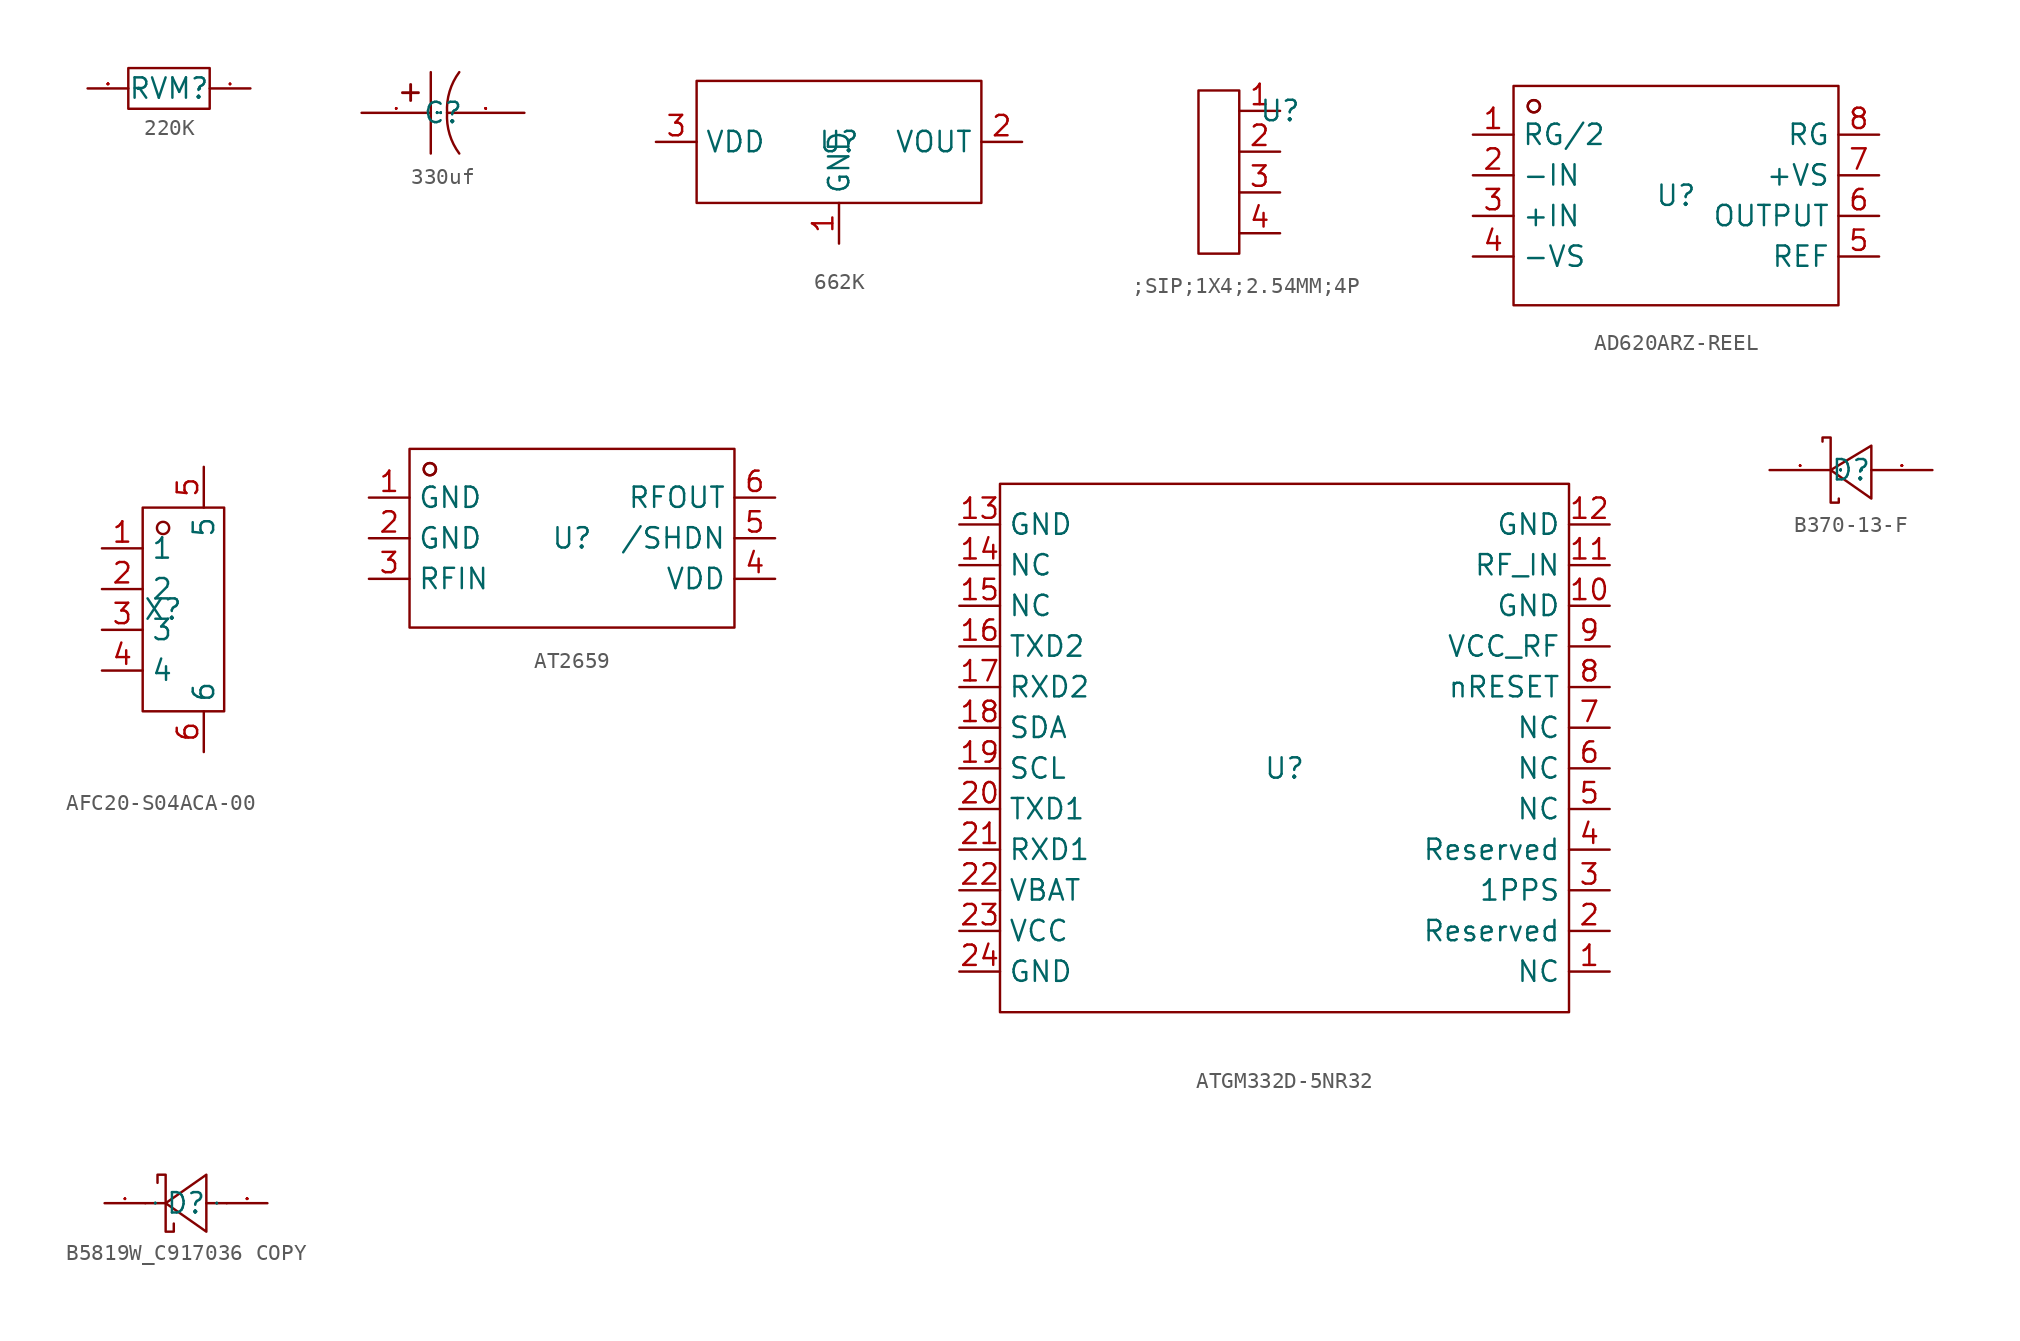
<source format=kicad_sym>
(kicad_symbol_lib
  (version 20231120)
  (generator "kicad_symbol_editor")
  (generator_version "8.0")
  (symbol "220K"
    (property "Reference" "RVM"
      (at 0 0 0)
      (effects (font (size 1.27 1.27))))
    (property "Value" ""
      (at 0 0 0)
      (effects (font (size 1.27 1.27))))
    (symbol "220K_1_0"
      (rectangle (start -2.54 -1.27) (end 2.54 1.27) (stroke (width 0) (type default)) (fill (type none)))
      (pin unspecified line (at 5.08 0 180) (length 2.54) (name "1" (effects (font (size 0.025 0.025)))) (number "1" (effects (font (size 0.025 0.025)))))
      (pin unspecified line (at -5.08 0 0) (length 2.54) (name "2" (effects (font (size 0.025 0.025)))) (number "2" (effects (font (size 0.025 0.025)))))))
  (symbol "330uf"
    (property "Reference" "C"
      (at 0 0 0)
      (effects (font (size 1.27 1.27))))
    (property "Value" ""
      (at 0 0 0)
      (effects (font (size 1.27 1.27))))
    (symbol "330uf_1_0"
      (rectangle (start -2.54 1.245) (end -1.524 1.27) (stroke (width 0) (type default)) (fill (type none)))
      (rectangle (start -2.032 0.762) (end -2.007 1.778) (stroke (width 0) (type default)) (fill (type none)))
      (polyline (pts (xy -0.762 2.54) (xy -0.762 -2.54)) (stroke (width 0) (type default)) (fill (type none)))
      (arc (start 0.254 0) (mid 0.4113 -1.3371) (end 1.016 -2.54) (stroke (width 0) (type default)) (fill (type none)))
      (arc (start 1.016 2.54) (mid 0.4113 1.3371) (end 0.254 0) (stroke (width 0) (type default)) (fill (type none)))
      (pin unspecified line (at -5.08 0 0) (length 4.318) (name "1" (effects (font (size 0.025 0.025)))) (number "1" (effects (font (size 0.025 0.025)))))
      (pin unspecified line (at 5.08 0 180) (length 4.826) (name "2" (effects (font (size 0.025 0.025)))) (number "2" (effects (font (size 0.025 0.025)))))))
  (symbol "662K"
    (property "Reference" "U"
      (at 0 0 0)
      (effects (font (size 1.27 1.27))))
    (property "Value" ""
      (at 0 0 0)
      (effects (font (size 1.27 1.27))))
    (symbol "662K_1_0"
      (rectangle (start -8.89 -3.81) (end 8.89 3.81) (stroke (width 0) (type default)) (fill (type none)))
      (pin unspecified line (at 0 -6.35 90) (length 2.54) (name "GND" (effects (font (size 1.27 1.27)))) (number "1" (effects (font (size 1.27 1.27)))))
      (pin unspecified line (at 11.43 0 180) (length 2.54) (name "VOUT" (effects (font (size 1.27 1.27)))) (number "2" (effects (font (size 1.27 1.27)))))
      (pin unspecified line (at -11.43 0 0) (length 2.54) (name "VDD" (effects (font (size 1.27 1.27)))) (number "3" (effects (font (size 1.27 1.27)))))))
  (symbol ";SIP;1X4;2.54MM;4P"
    (property "Reference" "U"
      (at 0 0 0)
      (effects (font (size 1.27 1.27))))
    (property "Value" ""
      (at 0 0 0)
      (effects (font (size 1.27 1.27))))
    (symbol ";SIP;1X4;2.54MM;4P_1_0"
      (polyline (pts (xy -5.08 1.27) (xy -2.54 1.27) (xy -2.54 1.27) (xy -2.54 -8.89) (xy -2.54 -8.89) (xy -5.08 -8.89) (xy -5.08 -8.89) (xy -5.08 1.27)) (stroke (width 0) (type default)) (fill (type none)))
      (pin unspecified line (at 0 0 180) (length 2.54) (name "" (effects (font (size 1.27 1.27)))) (number "1" (effects (font (size 1.27 1.27)))))
      (pin unspecified line (at 0 -2.54 180) (length 2.54) (name "" (effects (font (size 1.27 1.27)))) (number "2" (effects (font (size 1.27 1.27)))))
      (pin unspecified line (at 0 -5.08 180) (length 2.54) (name "" (effects (font (size 1.27 1.27)))) (number "3" (effects (font (size 1.27 1.27)))))
      (pin unspecified line (at 0 -7.62 180) (length 2.54) (name "" (effects (font (size 1.27 1.27)))) (number "4" (effects (font (size 1.27 1.27)))))))
  (symbol "AD620ARZ-REEL"
    (property "Reference" "U"
      (at 0 0 0)
      (effects (font (size 1.27 1.27))))
    (property "Value" ""
      (at 0 0 0)
      (effects (font (size 1.27 1.27))))
    (symbol "AD620ARZ-REEL_1_0"
      (rectangle (start -10.16 -6.858) (end 10.16 6.858) (stroke (width 0) (type default)) (fill (type none)))
      (circle (center -8.89 5.588) (radius 0.381) (stroke (width 0) (type default)) (fill (type none)))
      (circle (center -8.89 5.588) (radius 0.381) (stroke (width 0) (type default)) (fill (type none)))
      (pin unspecified line (at -12.7 3.81 0) (length 2.54) (name "RG/2" (effects (font (size 1.27 1.27)))) (number "1" (effects (font (size 1.27 1.27)))))
      (pin unspecified line (at -12.7 1.27 0) (length 2.54) (name "-IN" (effects (font (size 1.27 1.27)))) (number "2" (effects (font (size 1.27 1.27)))))
      (pin unspecified line (at -12.7 -1.27 0) (length 2.54) (name "+IN" (effects (font (size 1.27 1.27)))) (number "3" (effects (font (size 1.27 1.27)))))
      (pin unspecified line (at -12.7 -3.81 0) (length 2.54) (name "-VS" (effects (font (size 1.27 1.27)))) (number "4" (effects (font (size 1.27 1.27)))))
      (pin unspecified line (at 12.7 -3.81 180) (length 2.54) (name "REF" (effects (font (size 1.27 1.27)))) (number "5" (effects (font (size 1.27 1.27)))))
      (pin unspecified line (at 12.7 -1.27 180) (length 2.54) (name "OUTPUT" (effects (font (size 1.27 1.27)))) (number "6" (effects (font (size 1.27 1.27)))))
      (pin unspecified line (at 12.7 1.27 180) (length 2.54) (name "+VS" (effects (font (size 1.27 1.27)))) (number "7" (effects (font (size 1.27 1.27)))))
      (pin unspecified line (at 12.7 3.81 180) (length 2.54) (name "RG" (effects (font (size 1.27 1.27)))) (number "8" (effects (font (size 1.27 1.27)))))))
  (symbol "AFC20-S04ACA-00"
    (property "Reference" "X"
      (at 0 0 0)
      (effects (font (size 1.27 1.27))))
    (property "Value" ""
      (at 0 0 0)
      (effects (font (size 1.27 1.27))))
    (symbol "AFC20-S04ACA-00_1_0"
      (rectangle (start -1.27 -6.35) (end 3.81 6.35) (stroke (width 0) (type default)) (fill (type none)))
      (circle (center 0 5.08) (radius 0.381) (stroke (width 0) (type default)) (fill (type none)))
      (pin unspecified line (at -3.81 3.81 0) (length 2.54) (name "1" (effects (font (size 1.27 1.27)))) (number "1" (effects (font (size 1.27 1.27)))))
      (pin unspecified line (at -3.81 1.27 0) (length 2.54) (name "2" (effects (font (size 1.27 1.27)))) (number "2" (effects (font (size 1.27 1.27)))))
      (pin unspecified line (at -3.81 -1.27 0) (length 2.54) (name "3" (effects (font (size 1.27 1.27)))) (number "3" (effects (font (size 1.27 1.27)))))
      (pin unspecified line (at -3.81 -3.81 0) (length 2.54) (name "4" (effects (font (size 1.27 1.27)))) (number "4" (effects (font (size 1.27 1.27)))))
      (pin unspecified line (at 2.54 8.89 270) (length 2.54) (name "5" (effects (font (size 1.27 1.27)))) (number "5" (effects (font (size 1.27 1.27)))))
      (pin unspecified line (at 2.54 -8.89 90) (length 2.54) (name "6" (effects (font (size 1.27 1.27)))) (number "6" (effects (font (size 1.27 1.27)))))))
  (symbol "AT2659"
    (property "Reference" "U"
      (at 0 0 0)
      (effects (font (size 1.27 1.27))))
    (property "Value" ""
      (at 0 0 0)
      (effects (font (size 1.27 1.27))))
    (symbol "AT2659_1_0"
      (rectangle (start -10.16 -5.588) (end 10.16 5.588) (stroke (width 0) (type default)) (fill (type none)))
      (circle (center -8.89 4.318) (radius 0.381) (stroke (width 0) (type default)) (fill (type none)))
      (circle (center -8.89 4.318) (radius 0.381) (stroke (width 0) (type default)) (fill (type none)))
      (pin input line (at -12.7 2.54 0) (length 2.54) (name "GND" (effects (font (size 1.27 1.27)))) (number "1" (effects (font (size 1.27 1.27)))))
      (pin input line (at -12.7 0 0) (length 2.54) (name "GND" (effects (font (size 1.27 1.27)))) (number "2" (effects (font (size 1.27 1.27)))))
      (pin input line (at -12.7 -2.54 0) (length 2.54) (name "RFIN" (effects (font (size 1.27 1.27)))) (number "3" (effects (font (size 1.27 1.27)))))
      (pin input line (at 12.7 -2.54 180) (length 2.54) (name "VDD" (effects (font (size 1.27 1.27)))) (number "4" (effects (font (size 1.27 1.27)))))
      (pin input line (at 12.7 0 180) (length 2.54) (name "/SHDN" (effects (font (size 1.27 1.27)))) (number "5" (effects (font (size 1.27 1.27)))))
      (pin input line (at 12.7 2.54 180) (length 2.54) (name "RFOUT" (effects (font (size 1.27 1.27)))) (number "6" (effects (font (size 1.27 1.27)))))))
  (symbol "ATGM332D-5NR32"
    (property "Reference" "U"
      (at 0 0 0)
      (effects (font (size 1.27 1.27))))
    (property "Value" ""
      (at 0 0 0)
      (effects (font (size 1.27 1.27))))
    (symbol "ATGM332D-5NR32_1_0"
      (rectangle (start -17.78 -15.24) (end 17.78 17.78) (stroke (width 0) (type default)) (fill (type none)))
      (pin unspecified line (at 20.32 -12.7 180) (length 2.54) (name "NC" (effects (font (size 1.27 1.27)))) (number "1" (effects (font (size 1.27 1.27)))))
      (pin unspecified line (at 20.32 10.16 180) (length 2.54) (name "GND" (effects (font (size 1.27 1.27)))) (number "10" (effects (font (size 1.27 1.27)))))
      (pin unspecified line (at 20.32 12.7 180) (length 2.54) (name "RF_IN" (effects (font (size 1.27 1.27)))) (number "11" (effects (font (size 1.27 1.27)))))
      (pin unspecified line (at 20.32 15.24 180) (length 2.54) (name "GND" (effects (font (size 1.27 1.27)))) (number "12" (effects (font (size 1.27 1.27)))))
      (pin unspecified line (at -20.32 15.24 0) (length 2.54) (name "GND" (effects (font (size 1.27 1.27)))) (number "13" (effects (font (size 1.27 1.27)))))
      (pin unspecified line (at -20.32 12.7 0) (length 2.54) (name "NC" (effects (font (size 1.27 1.27)))) (number "14" (effects (font (size 1.27 1.27)))))
      (pin unspecified line (at -20.32 10.16 0) (length 2.54) (name "NC" (effects (font (size 1.27 1.27)))) (number "15" (effects (font (size 1.27 1.27)))))
      (pin unspecified line (at -20.32 7.62 0) (length 2.54) (name "TXD2" (effects (font (size 1.27 1.27)))) (number "16" (effects (font (size 1.27 1.27)))))
      (pin unspecified line (at -20.32 5.08 0) (length 2.54) (name "RXD2" (effects (font (size 1.27 1.27)))) (number "17" (effects (font (size 1.27 1.27)))))
      (pin unspecified line (at -20.32 2.54 0) (length 2.54) (name "SDA" (effects (font (size 1.27 1.27)))) (number "18" (effects (font (size 1.27 1.27)))))
      (pin unspecified line (at -20.32 0 0) (length 2.54) (name "SCL" (effects (font (size 1.27 1.27)))) (number "19" (effects (font (size 1.27 1.27)))))
      (pin unspecified line (at 20.32 -10.16 180) (length 2.54) (name "Reserved" (effects (font (size 1.27 1.27)))) (number "2" (effects (font (size 1.27 1.27)))))
      (pin unspecified line (at -20.32 -2.54 0) (length 2.54) (name "TXD1" (effects (font (size 1.27 1.27)))) (number "20" (effects (font (size 1.27 1.27)))))
      (pin unspecified line (at -20.32 -5.08 0) (length 2.54) (name "RXD1" (effects (font (size 1.27 1.27)))) (number "21" (effects (font (size 1.27 1.27)))))
      (pin unspecified line (at -20.32 -7.62 0) (length 2.54) (name "VBAT" (effects (font (size 1.27 1.27)))) (number "22" (effects (font (size 1.27 1.27)))))
      (pin unspecified line (at -20.32 -10.16 0) (length 2.54) (name "VCC" (effects (font (size 1.27 1.27)))) (number "23" (effects (font (size 1.27 1.27)))))
      (pin unspecified line (at -20.32 -12.7 0) (length 2.54) (name "GND" (effects (font (size 1.27 1.27)))) (number "24" (effects (font (size 1.27 1.27)))))
      (pin unspecified line (at 20.32 -7.62 180) (length 2.54) (name "1PPS" (effects (font (size 1.27 1.27)))) (number "3" (effects (font (size 1.27 1.27)))))
      (pin unspecified line (at 20.32 -5.08 180) (length 2.54) (name "Reserved" (effects (font (size 1.27 1.27)))) (number "4" (effects (font (size 1.27 1.27)))))
      (pin unspecified line (at 20.32 -2.54 180) (length 2.54) (name "NC" (effects (font (size 1.27 1.27)))) (number "5" (effects (font (size 1.27 1.27)))))
      (pin unspecified line (at 20.32 0 180) (length 2.54) (name "NC" (effects (font (size 1.27 1.27)))) (number "6" (effects (font (size 1.27 1.27)))))
      (pin unspecified line (at 20.32 2.54 180) (length 2.54) (name "NC" (effects (font (size 1.27 1.27)))) (number "7" (effects (font (size 1.27 1.27)))))
      (pin unspecified line (at 20.32 5.08 180) (length 2.54) (name "nRESET" (effects (font (size 1.27 1.27)))) (number "8" (effects (font (size 1.27 1.27)))))
      (pin unspecified line (at 20.32 7.62 180) (length 2.54) (name "VCC_RF" (effects (font (size 1.27 1.27)))) (number "9" (effects (font (size 1.27 1.27)))))))
  (symbol "B370-13-F"
    (property "Reference" "D"
      (at 0 0 0)
      (effects (font (size 1.27 1.27))))
    (property "Value" ""
      (at 0 0 0)
      (effects (font (size 1.27 1.27))))
    (symbol "B370-13-F_1_0"
      (polyline (pts (xy 1.27 1.524) (xy -1.27 0) (xy -1.27 0) (xy 1.27 -1.778) (xy 1.27 -1.778) (xy 1.27 1.524)) (stroke (width 0) (type default)) (fill (type none)))
      (polyline (pts (xy -1.778 1.778) (xy -1.778 2.032) (xy -1.778 2.032) (xy -1.27 2.032) (xy -1.27 2.032) (xy -1.27 -2.032) (xy -1.27 -2.032) (xy -0.762 -2.032) (xy -0.762 -2.032) (xy -0.762 -1.778)) (stroke (width 0) (type default)) (fill (type none)))
      (pin unspecified line (at -5.08 0 0) (length 3.81) (name "C" (effects (font (size 0.025 0.025)))) (number "1" (effects (font (size 0.025 0.025)))))
      (pin unspecified line (at 5.08 0 180) (length 3.81) (name "A" (effects (font (size 0.025 0.025)))) (number "2" (effects (font (size 0.025 0.025)))))))
  (symbol "B5819W_C917036 COPY"
    (property "Reference" "D"
      (at 0 0 0)
      (effects (font (size 1.27 1.27))))
    (property "Value" ""
      (at 0 0 0)
      (effects (font (size 1.27 1.27))))
    (symbol "B5819W_C917036 COPY_1_0"
      (polyline (pts (xy -1.27 0) (xy -2.54 0)) (stroke (width 0) (type default)) (fill (type none)))
      (polyline (pts (xy 2.54 0) (xy 1.27 0)) (stroke (width 0) (type default)) (fill (type none)))
      (polyline (pts (xy 1.27 1.778) (xy -1.27 0) (xy -1.27 0) (xy 1.27 -1.778) (xy 1.27 -1.778) (xy 1.27 1.778)) (stroke (width 0) (type default)) (fill (type none)))
      (polyline (pts (xy -1.778 1.27) (xy -1.778 1.778) (xy -1.778 1.778) (xy -1.27 1.778) (xy -1.27 1.778) (xy -1.27 -1.778) (xy -1.27 -1.778) (xy -0.762 -1.778) (xy -0.762 -1.778) (xy -0.762 -1.27)) (stroke (width 0) (type default)) (fill (type none)))
      (pin unspecified line (at -5.08 0 0) (length 2.54) (name "K" (effects (font (size 0.025 0.025)))) (number "1" (effects (font (size 0.025 0.025)))))
      (pin unspecified line (at 5.08 0 180) (length 2.54) (name "A" (effects (font (size 0.025 0.025)))) (number "2" (effects (font (size 0.025 0.025))))))))
</source>
